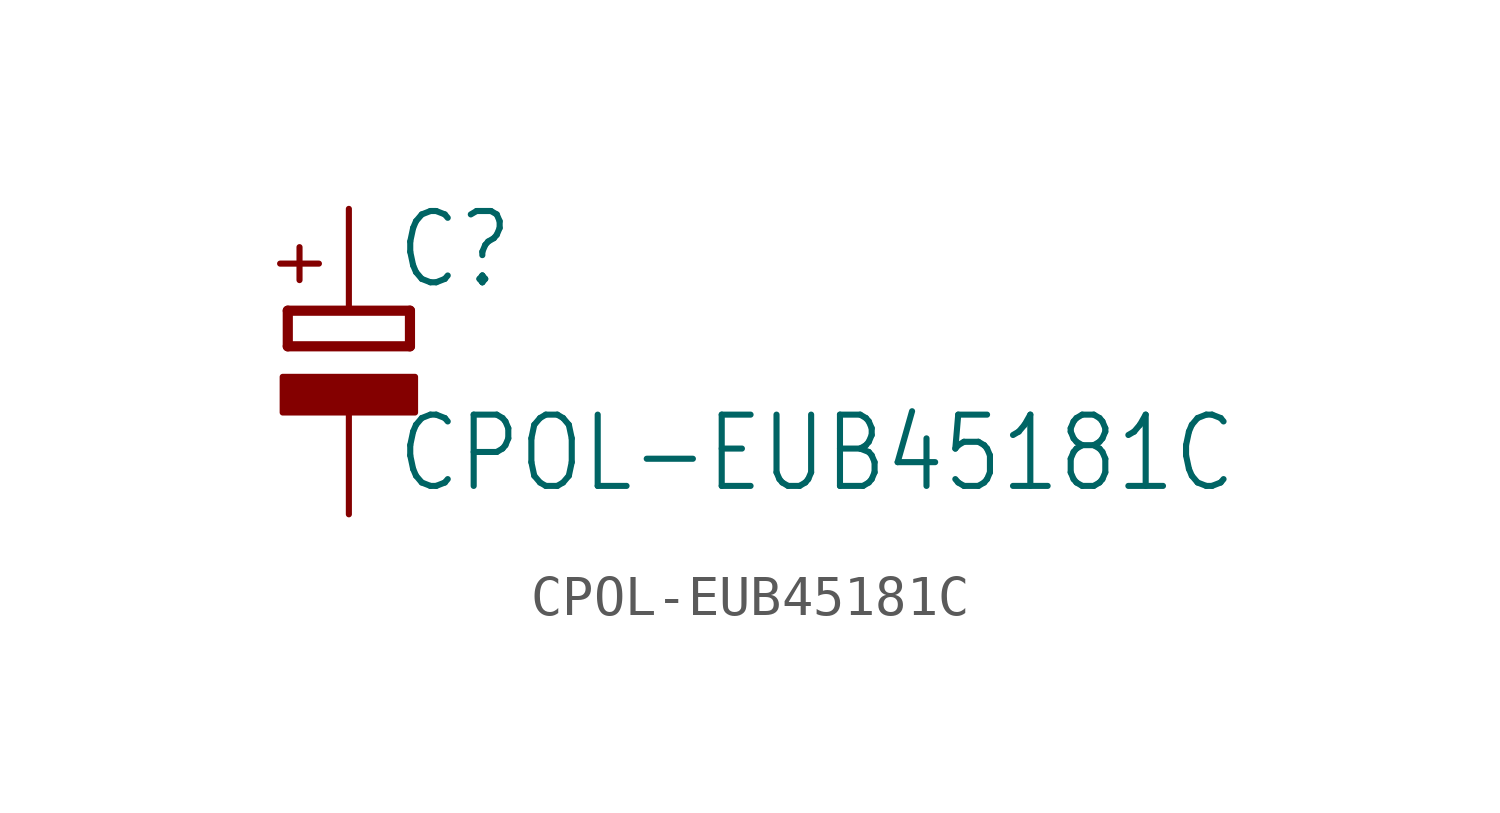
<source format=kicad_sym>
(kicad_symbol_lib
  (version 20210619)
  (generator kicad_symbol_editor)
  (symbol "CPOL-EUB45181C"
    (property "Reference" "C"
      (at 1.143 0.483 0)
      (effects (font (size 1.778 1.511)) (justify left bottom)))
    (property "Value" "CPOL-EUB45181C"
      (at 1.143 -4.597 0)
      (effects (font (size 1.778 1.511)) (justify left bottom)))
    (property "ki_locked" ""
      (at 0 0 0)
      (effects (font (size 1.27 1.27))))
    (symbol "CPOL-EUB45181C_1_0"
      (text "+" (at -0.584 0.406 900) (effects (font (size 1.27 1.079)) (justify left bottom)))
      (rectangle (start -1.651 -2.54) (end 1.651 -1.651) (stroke (width 0)) (fill (type outline)))
      (polyline (pts (xy -1.524 -0.889) (xy 1.524 -0.889)) (stroke (width 0.254)) (fill (type none)))
      (polyline (pts (xy -1.524 0) (xy -1.524 -0.889)) (stroke (width 0.254)) (fill (type none)))
      (polyline (pts (xy -1.524 0) (xy 1.524 0)) (stroke (width 0.254)) (fill (type none)))
      (polyline (pts (xy 1.524 -0.889) (xy 1.524 0)) (stroke (width 0.254)) (fill (type none)))
      (pin passive line (at 0 2.54 270) (length 2.54) (name "+" (effects (font (size 0 0)))) (number "+" (effects (font (size 0 0)))))
      (pin passive line (at 0 -5.08 90) (length 2.54) (name "-" (effects (font (size 0 0)))) (number "-" (effects (font (size 0 0))))))))
</source>
